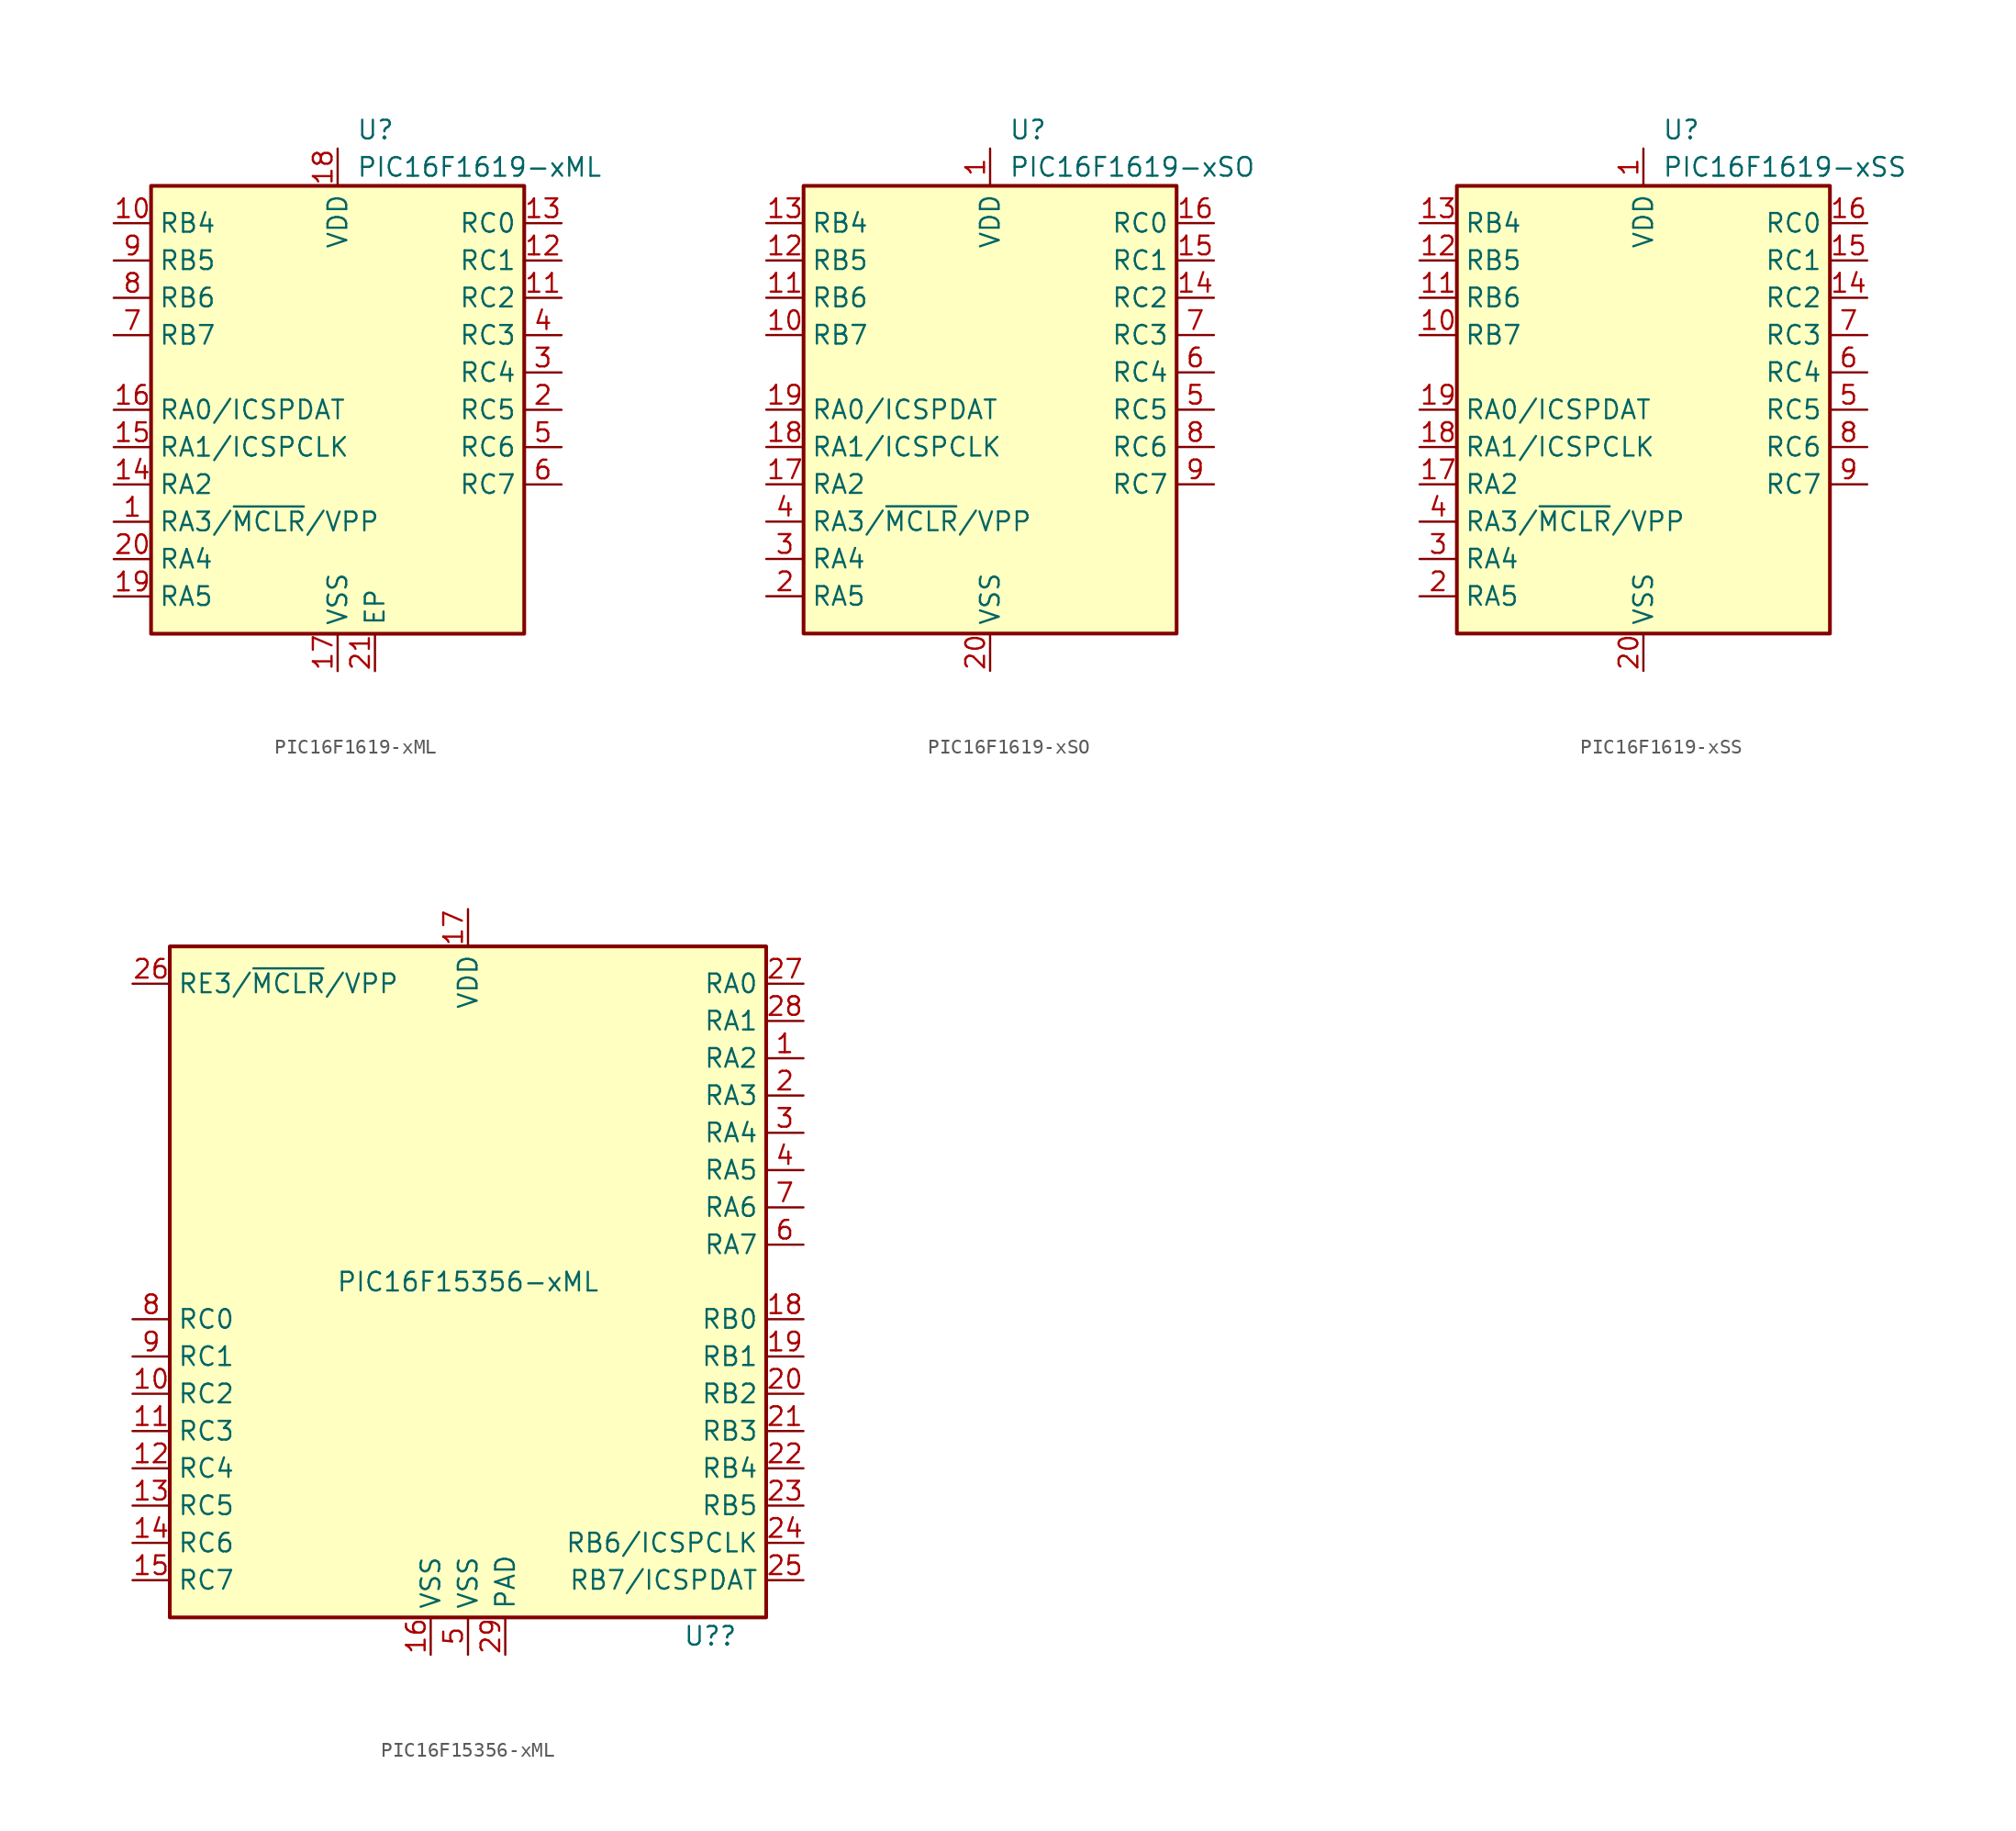
<source format=kicad_sym>
(kicad_symbol_lib
  (version 20201005)
  (generator kicad_symbol_editor)
  (symbol "PIC16F1619-xML"
    (property "Reference" "U"
      (at 1.27 19.05 0)
      (effects (font (size 1.27 1.27)) (justify left)))
    (property "Value" "PIC16F1619-xML"
      (at 1.27 16.51 0)
      (effects (font (size 1.27 1.27)) (justify left)))
    (symbol "PIC16F1619-xML_0_0"
      (pin passive line (at 2.54 -17.78 90) (length 2.54) (name "EP" (effects (font (size 1.27 1.27)))) (number "21" (effects (font (size 1.27 1.27))))))
    (symbol "PIC16F1619-xML_0_1"
      (rectangle (start -12.7 15.24) (end 12.7 -15.24) (stroke (width 0.254)) (fill (type background))))
    (symbol "PIC16F1619-xML_1_1"
      (pin bidirectional line (at -15.24 -7.62 0) (length 2.54) (name "RA3/~MCLR~/VPP" (effects (font (size 1.27 1.27)))) (number "1" (effects (font (size 1.27 1.27)))))
      (pin bidirectional line (at -15.24 12.7 0) (length 2.54) (name "RB4" (effects (font (size 1.27 1.27)))) (number "10" (effects (font (size 1.27 1.27)))))
      (pin bidirectional line (at 15.24 7.62 180) (length 2.54) (name "RC2" (effects (font (size 1.27 1.27)))) (number "11" (effects (font (size 1.27 1.27)))))
      (pin bidirectional line (at 15.24 10.16 180) (length 2.54) (name "RC1" (effects (font (size 1.27 1.27)))) (number "12" (effects (font (size 1.27 1.27)))))
      (pin bidirectional line (at 15.24 12.7 180) (length 2.54) (name "RC0" (effects (font (size 1.27 1.27)))) (number "13" (effects (font (size 1.27 1.27)))))
      (pin bidirectional line (at -15.24 -5.08 0) (length 2.54) (name "RA2" (effects (font (size 1.27 1.27)))) (number "14" (effects (font (size 1.27 1.27)))))
      (pin bidirectional line (at -15.24 -2.54 0) (length 2.54) (name "RA1/ICSPCLK" (effects (font (size 1.27 1.27)))) (number "15" (effects (font (size 1.27 1.27)))))
      (pin bidirectional line (at -15.24 0 0) (length 2.54) (name "RA0/ICSPDAT" (effects (font (size 1.27 1.27)))) (number "16" (effects (font (size 1.27 1.27)))))
      (pin power_in line (at 0 -17.78 90) (length 2.54) (name "VSS" (effects (font (size 1.27 1.27)))) (number "17" (effects (font (size 1.27 1.27)))))
      (pin power_in line (at 0 17.78 270) (length 2.54) (name "VDD" (effects (font (size 1.27 1.27)))) (number "18" (effects (font (size 1.27 1.27)))))
      (pin bidirectional line (at -15.24 -12.7 0) (length 2.54) (name "RA5" (effects (font (size 1.27 1.27)))) (number "19" (effects (font (size 1.27 1.27)))))
      (pin bidirectional line (at 15.24 0 180) (length 2.54) (name "RC5" (effects (font (size 1.27 1.27)))) (number "2" (effects (font (size 1.27 1.27)))))
      (pin bidirectional line (at -15.24 -10.16 0) (length 2.54) (name "RA4" (effects (font (size 1.27 1.27)))) (number "20" (effects (font (size 1.27 1.27)))))
      (pin bidirectional line (at 15.24 2.54 180) (length 2.54) (name "RC4" (effects (font (size 1.27 1.27)))) (number "3" (effects (font (size 1.27 1.27)))))
      (pin bidirectional line (at 15.24 5.08 180) (length 2.54) (name "RC3" (effects (font (size 1.27 1.27)))) (number "4" (effects (font (size 1.27 1.27)))))
      (pin bidirectional line (at 15.24 -2.54 180) (length 2.54) (name "RC6" (effects (font (size 1.27 1.27)))) (number "5" (effects (font (size 1.27 1.27)))))
      (pin bidirectional line (at 15.24 -5.08 180) (length 2.54) (name "RC7" (effects (font (size 1.27 1.27)))) (number "6" (effects (font (size 1.27 1.27)))))
      (pin bidirectional line (at -15.24 5.08 0) (length 2.54) (name "RB7" (effects (font (size 1.27 1.27)))) (number "7" (effects (font (size 1.27 1.27)))))
      (pin bidirectional line (at -15.24 7.62 0) (length 2.54) (name "RB6" (effects (font (size 1.27 1.27)))) (number "8" (effects (font (size 1.27 1.27)))))
      (pin bidirectional line (at -15.24 10.16 0) (length 2.54) (name "RB5" (effects (font (size 1.27 1.27)))) (number "9" (effects (font (size 1.27 1.27)))))))
  (symbol "PIC16F1619-xSO"
    (property "Reference" "U"
      (at 1.27 19.05 0)
      (effects (font (size 1.27 1.27)) (justify left)))
    (property "Value" "PIC16F1619-xSO"
      (at 1.27 16.51 0)
      (effects (font (size 1.27 1.27)) (justify left)))
    (symbol "PIC16F1619-xSO_0_1"
      (rectangle (start -12.7 15.24) (end 12.7 -15.24) (stroke (width 0.254)) (fill (type background))))
    (symbol "PIC16F1619-xSO_1_1"
      (pin power_in line (at 0 17.78 270) (length 2.54) (name "VDD" (effects (font (size 1.27 1.27)))) (number "1" (effects (font (size 1.27 1.27)))))
      (pin bidirectional line (at -15.24 5.08 0) (length 2.54) (name "RB7" (effects (font (size 1.27 1.27)))) (number "10" (effects (font (size 1.27 1.27)))))
      (pin bidirectional line (at -15.24 7.62 0) (length 2.54) (name "RB6" (effects (font (size 1.27 1.27)))) (number "11" (effects (font (size 1.27 1.27)))))
      (pin bidirectional line (at -15.24 10.16 0) (length 2.54) (name "RB5" (effects (font (size 1.27 1.27)))) (number "12" (effects (font (size 1.27 1.27)))))
      (pin bidirectional line (at -15.24 12.7 0) (length 2.54) (name "RB4" (effects (font (size 1.27 1.27)))) (number "13" (effects (font (size 1.27 1.27)))))
      (pin bidirectional line (at 15.24 7.62 180) (length 2.54) (name "RC2" (effects (font (size 1.27 1.27)))) (number "14" (effects (font (size 1.27 1.27)))))
      (pin bidirectional line (at 15.24 10.16 180) (length 2.54) (name "RC1" (effects (font (size 1.27 1.27)))) (number "15" (effects (font (size 1.27 1.27)))))
      (pin bidirectional line (at 15.24 12.7 180) (length 2.54) (name "RC0" (effects (font (size 1.27 1.27)))) (number "16" (effects (font (size 1.27 1.27)))))
      (pin bidirectional line (at -15.24 -5.08 0) (length 2.54) (name "RA2" (effects (font (size 1.27 1.27)))) (number "17" (effects (font (size 1.27 1.27)))))
      (pin bidirectional line (at -15.24 -2.54 0) (length 2.54) (name "RA1/ICSPCLK" (effects (font (size 1.27 1.27)))) (number "18" (effects (font (size 1.27 1.27)))))
      (pin bidirectional line (at -15.24 0 0) (length 2.54) (name "RA0/ICSPDAT" (effects (font (size 1.27 1.27)))) (number "19" (effects (font (size 1.27 1.27)))))
      (pin bidirectional line (at -15.24 -12.7 0) (length 2.54) (name "RA5" (effects (font (size 1.27 1.27)))) (number "2" (effects (font (size 1.27 1.27)))))
      (pin power_in line (at 0 -17.78 90) (length 2.54) (name "VSS" (effects (font (size 1.27 1.27)))) (number "20" (effects (font (size 1.27 1.27)))))
      (pin bidirectional line (at -15.24 -10.16 0) (length 2.54) (name "RA4" (effects (font (size 1.27 1.27)))) (number "3" (effects (font (size 1.27 1.27)))))
      (pin bidirectional line (at -15.24 -7.62 0) (length 2.54) (name "RA3/~MCLR~/VPP" (effects (font (size 1.27 1.27)))) (number "4" (effects (font (size 1.27 1.27)))))
      (pin bidirectional line (at 15.24 0 180) (length 2.54) (name "RC5" (effects (font (size 1.27 1.27)))) (number "5" (effects (font (size 1.27 1.27)))))
      (pin bidirectional line (at 15.24 2.54 180) (length 2.54) (name "RC4" (effects (font (size 1.27 1.27)))) (number "6" (effects (font (size 1.27 1.27)))))
      (pin bidirectional line (at 15.24 5.08 180) (length 2.54) (name "RC3" (effects (font (size 1.27 1.27)))) (number "7" (effects (font (size 1.27 1.27)))))
      (pin bidirectional line (at 15.24 -2.54 180) (length 2.54) (name "RC6" (effects (font (size 1.27 1.27)))) (number "8" (effects (font (size 1.27 1.27)))))
      (pin bidirectional line (at 15.24 -5.08 180) (length 2.54) (name "RC7" (effects (font (size 1.27 1.27)))) (number "9" (effects (font (size 1.27 1.27)))))))
  (symbol "PIC16F1619-xSS"
    (property "Reference" "U"
      (at 1.27 19.05 0)
      (effects (font (size 1.27 1.27)) (justify left)))
    (property "Value" "PIC16F1619-xSS"
      (at 1.27 16.51 0)
      (effects (font (size 1.27 1.27)) (justify left)))
    (symbol "PIC16F1619-xSS_0_1"
      (rectangle (start -12.7 15.24) (end 12.7 -15.24) (stroke (width 0.254)) (fill (type background))))
    (symbol "PIC16F1619-xSS_1_1"
      (pin power_in line (at 0 17.78 270) (length 2.54) (name "VDD" (effects (font (size 1.27 1.27)))) (number "1" (effects (font (size 1.27 1.27)))))
      (pin bidirectional line (at -15.24 5.08 0) (length 2.54) (name "RB7" (effects (font (size 1.27 1.27)))) (number "10" (effects (font (size 1.27 1.27)))))
      (pin bidirectional line (at -15.24 7.62 0) (length 2.54) (name "RB6" (effects (font (size 1.27 1.27)))) (number "11" (effects (font (size 1.27 1.27)))))
      (pin bidirectional line (at -15.24 10.16 0) (length 2.54) (name "RB5" (effects (font (size 1.27 1.27)))) (number "12" (effects (font (size 1.27 1.27)))))
      (pin bidirectional line (at -15.24 12.7 0) (length 2.54) (name "RB4" (effects (font (size 1.27 1.27)))) (number "13" (effects (font (size 1.27 1.27)))))
      (pin bidirectional line (at 15.24 7.62 180) (length 2.54) (name "RC2" (effects (font (size 1.27 1.27)))) (number "14" (effects (font (size 1.27 1.27)))))
      (pin bidirectional line (at 15.24 10.16 180) (length 2.54) (name "RC1" (effects (font (size 1.27 1.27)))) (number "15" (effects (font (size 1.27 1.27)))))
      (pin bidirectional line (at 15.24 12.7 180) (length 2.54) (name "RC0" (effects (font (size 1.27 1.27)))) (number "16" (effects (font (size 1.27 1.27)))))
      (pin bidirectional line (at -15.24 -5.08 0) (length 2.54) (name "RA2" (effects (font (size 1.27 1.27)))) (number "17" (effects (font (size 1.27 1.27)))))
      (pin bidirectional line (at -15.24 -2.54 0) (length 2.54) (name "RA1/ICSPCLK" (effects (font (size 1.27 1.27)))) (number "18" (effects (font (size 1.27 1.27)))))
      (pin bidirectional line (at -15.24 0 0) (length 2.54) (name "RA0/ICSPDAT" (effects (font (size 1.27 1.27)))) (number "19" (effects (font (size 1.27 1.27)))))
      (pin bidirectional line (at -15.24 -12.7 0) (length 2.54) (name "RA5" (effects (font (size 1.27 1.27)))) (number "2" (effects (font (size 1.27 1.27)))))
      (pin power_in line (at 0 -17.78 90) (length 2.54) (name "VSS" (effects (font (size 1.27 1.27)))) (number "20" (effects (font (size 1.27 1.27)))))
      (pin bidirectional line (at -15.24 -10.16 0) (length 2.54) (name "RA4" (effects (font (size 1.27 1.27)))) (number "3" (effects (font (size 1.27 1.27)))))
      (pin bidirectional line (at -15.24 -7.62 0) (length 2.54) (name "RA3/~MCLR~/VPP" (effects (font (size 1.27 1.27)))) (number "4" (effects (font (size 1.27 1.27)))))
      (pin bidirectional line (at 15.24 0 180) (length 2.54) (name "RC5" (effects (font (size 1.27 1.27)))) (number "5" (effects (font (size 1.27 1.27)))))
      (pin bidirectional line (at 15.24 2.54 180) (length 2.54) (name "RC4" (effects (font (size 1.27 1.27)))) (number "6" (effects (font (size 1.27 1.27)))))
      (pin bidirectional line (at 15.24 5.08 180) (length 2.54) (name "RC3" (effects (font (size 1.27 1.27)))) (number "7" (effects (font (size 1.27 1.27)))))
      (pin bidirectional line (at 15.24 -2.54 180) (length 2.54) (name "RC6" (effects (font (size 1.27 1.27)))) (number "8" (effects (font (size 1.27 1.27)))))
      (pin bidirectional line (at 15.24 -5.08 180) (length 2.54) (name "RC7" (effects (font (size 1.27 1.27)))) (number "9" (effects (font (size 1.27 1.27)))))))
  (symbol "PIC16F15356-xML"
    (property "Reference" "U?"
      (at 16.51 -24.13 0)
      (effects (font (size 1.27 1.27))))
    (property "Value" "PIC16F15356-xML"
      (at 0 0 0)
      (effects (font (size 1.27 1.27))))
    (symbol "PIC16F15356-xML_0_0"
      (pin power_in line (at 2.54 -25.4 90) (length 2.54) (name "PAD" (effects (font (size 1.27 1.27)))) (number "29" (effects (font (size 1.27 1.27))))))
    (symbol "PIC16F15356-xML_0_1"
      (rectangle (start -20.32 -22.86) (end 20.32 22.86) (stroke (width 0.254)) (fill (type background))))
    (symbol "PIC16F15356-xML_1_1"
      (pin bidirectional line (at 22.86 15.24 180) (length 2.54) (name "RA2" (effects (font (size 1.27 1.27)))) (number "1" (effects (font (size 1.27 1.27)))))
      (pin bidirectional line (at -22.86 -7.62 0) (length 2.54) (name "RC2" (effects (font (size 1.27 1.27)))) (number "10" (effects (font (size 1.27 1.27)))))
      (pin bidirectional line (at -22.86 -10.16 0) (length 2.54) (name "RC3" (effects (font (size 1.27 1.27)))) (number "11" (effects (font (size 1.27 1.27)))))
      (pin bidirectional line (at -22.86 -12.7 0) (length 2.54) (name "RC4" (effects (font (size 1.27 1.27)))) (number "12" (effects (font (size 1.27 1.27)))))
      (pin bidirectional line (at -22.86 -15.24 0) (length 2.54) (name "RC5" (effects (font (size 1.27 1.27)))) (number "13" (effects (font (size 1.27 1.27)))))
      (pin bidirectional line (at -22.86 -17.78 0) (length 2.54) (name "RC6" (effects (font (size 1.27 1.27)))) (number "14" (effects (font (size 1.27 1.27)))))
      (pin bidirectional line (at -22.86 -20.32 0) (length 2.54) (name "RC7" (effects (font (size 1.27 1.27)))) (number "15" (effects (font (size 1.27 1.27)))))
      (pin power_in line (at -2.54 -25.4 90) (length 2.54) (name "VSS" (effects (font (size 1.27 1.27)))) (number "16" (effects (font (size 1.27 1.27)))))
      (pin power_in line (at 0 25.4 270) (length 2.54) (name "VDD" (effects (font (size 1.27 1.27)))) (number "17" (effects (font (size 1.27 1.27)))))
      (pin bidirectional line (at 22.86 -2.54 180) (length 2.54) (name "RB0" (effects (font (size 1.27 1.27)))) (number "18" (effects (font (size 1.27 1.27)))))
      (pin bidirectional line (at 22.86 -5.08 180) (length 2.54) (name "RB1" (effects (font (size 1.27 1.27)))) (number "19" (effects (font (size 1.27 1.27)))))
      (pin bidirectional line (at 22.86 12.7 180) (length 2.54) (name "RA3" (effects (font (size 1.27 1.27)))) (number "2" (effects (font (size 1.27 1.27)))))
      (pin bidirectional line (at 22.86 -7.62 180) (length 2.54) (name "RB2" (effects (font (size 1.27 1.27)))) (number "20" (effects (font (size 1.27 1.27)))))
      (pin bidirectional line (at 22.86 -10.16 180) (length 2.54) (name "RB3" (effects (font (size 1.27 1.27)))) (number "21" (effects (font (size 1.27 1.27)))))
      (pin bidirectional line (at 22.86 -12.7 180) (length 2.54) (name "RB4" (effects (font (size 1.27 1.27)))) (number "22" (effects (font (size 1.27 1.27)))))
      (pin bidirectional line (at 22.86 -15.24 180) (length 2.54) (name "RB5" (effects (font (size 1.27 1.27)))) (number "23" (effects (font (size 1.27 1.27)))))
      (pin bidirectional line (at 22.86 -17.78 180) (length 2.54) (name "RB6/ICSPCLK" (effects (font (size 1.27 1.27)))) (number "24" (effects (font (size 1.27 1.27)))))
      (pin bidirectional line (at 22.86 -20.32 180) (length 2.54) (name "RB7/ICSPDAT" (effects (font (size 1.27 1.27)))) (number "25" (effects (font (size 1.27 1.27)))))
      (pin bidirectional line (at -22.86 20.32 0) (length 2.54) (name "RE3/~MCLR~/VPP" (effects (font (size 1.27 1.27)))) (number "26" (effects (font (size 1.27 1.27)))))
      (pin bidirectional line (at 22.86 20.32 180) (length 2.54) (name "RA0" (effects (font (size 1.27 1.27)))) (number "27" (effects (font (size 1.27 1.27)))))
      (pin bidirectional line (at 22.86 17.78 180) (length 2.54) (name "RA1" (effects (font (size 1.27 1.27)))) (number "28" (effects (font (size 1.27 1.27)))))
      (pin bidirectional line (at 22.86 10.16 180) (length 2.54) (name "RA4" (effects (font (size 1.27 1.27)))) (number "3" (effects (font (size 1.27 1.27)))))
      (pin bidirectional line (at 22.86 7.62 180) (length 2.54) (name "RA5" (effects (font (size 1.27 1.27)))) (number "4" (effects (font (size 1.27 1.27)))))
      (pin power_in line (at 0 -25.4 90) (length 2.54) (name "VSS" (effects (font (size 1.27 1.27)))) (number "5" (effects (font (size 1.27 1.27)))))
      (pin bidirectional line (at 22.86 2.54 180) (length 2.54) (name "RA7" (effects (font (size 1.27 1.27)))) (number "6" (effects (font (size 1.27 1.27)))))
      (pin bidirectional line (at 22.86 5.08 180) (length 2.54) (name "RA6" (effects (font (size 1.27 1.27)))) (number "7" (effects (font (size 1.27 1.27)))))
      (pin bidirectional line (at -22.86 -2.54 0) (length 2.54) (name "RC0" (effects (font (size 1.27 1.27)))) (number "8" (effects (font (size 1.27 1.27)))))
      (pin bidirectional line (at -22.86 -5.08 0) (length 2.54) (name "RC1" (effects (font (size 1.27 1.27)))) (number "9" (effects (font (size 1.27 1.27))))))))
</source>
